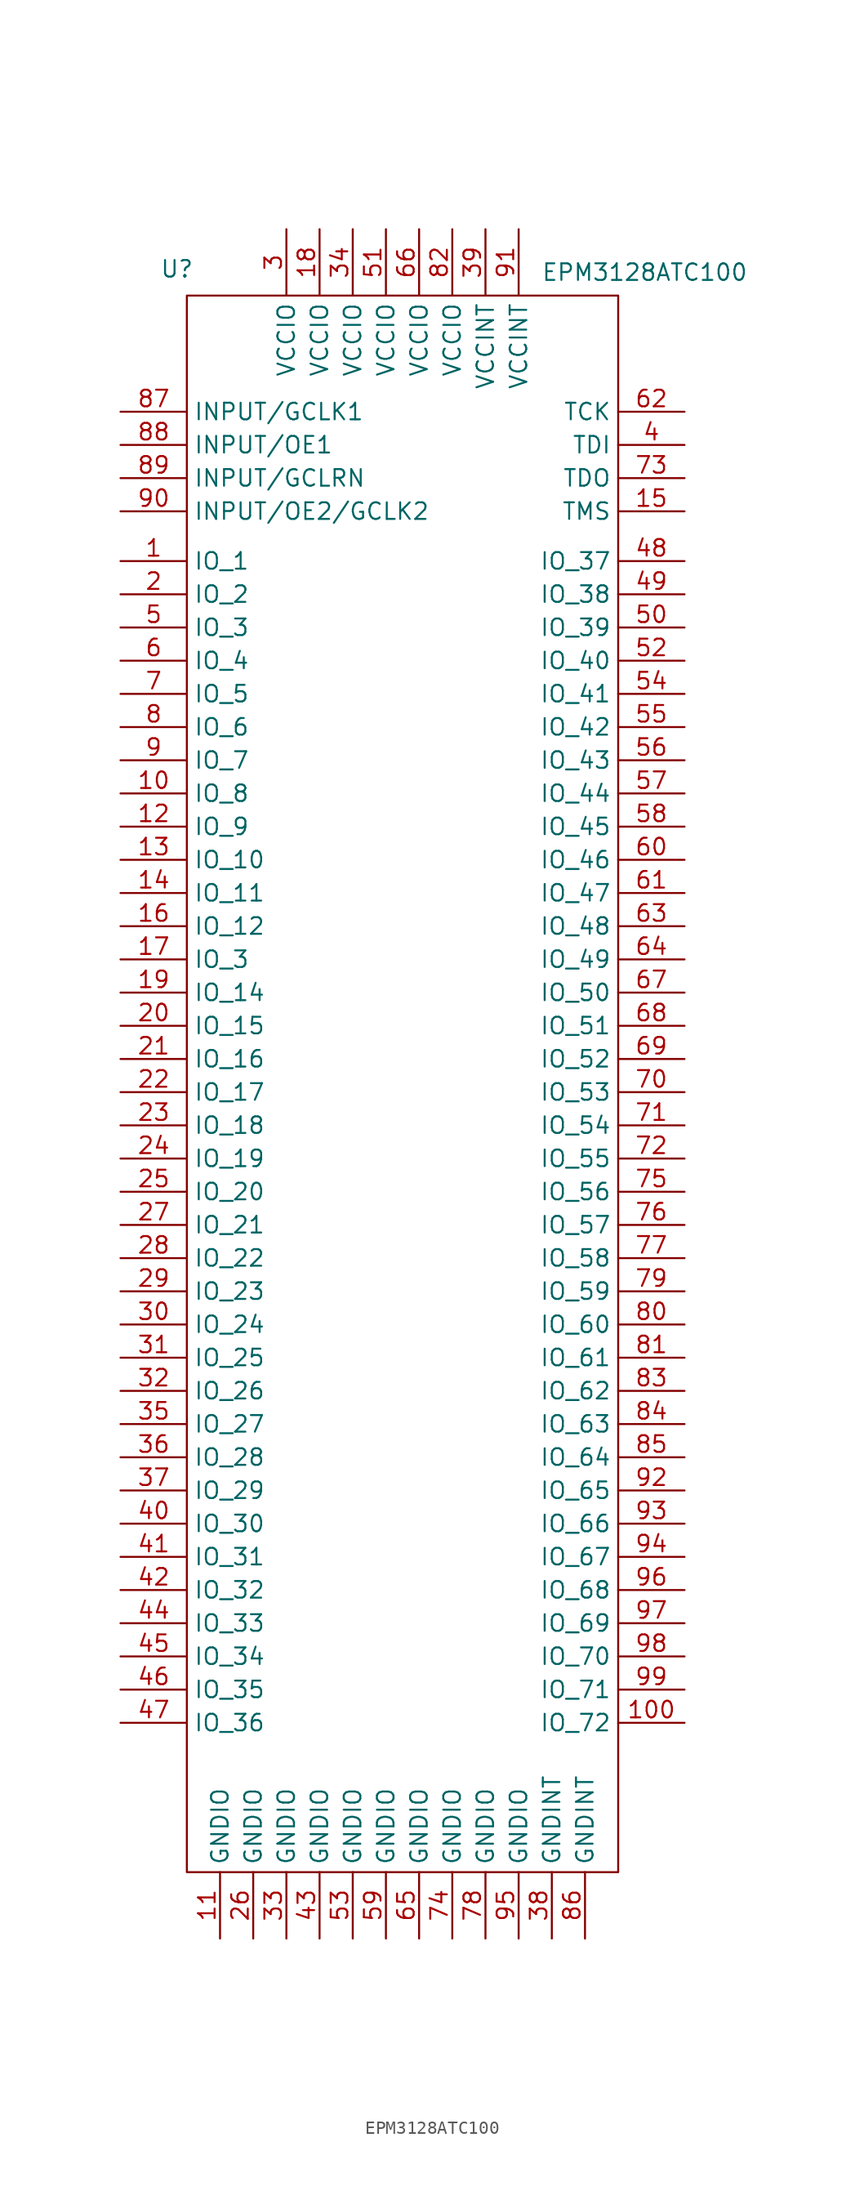
<source format=kicad_sym>
(kicad_symbol_lib
  (version 20231120)
  (generator "kicad_symbol_editor")
  (generator_version "8.0")
  (symbol "EPM3128ATC100"
    (property "Reference" "U"
      (at -17.272 0.762 0)
      (effects (font (size 1.27 1.27))))
    (property "Value" "EPM3128ATC100"
      (at 18.542 0.508 0)
      (effects (font (size 1.27 1.27))))
    (symbol "EPM3128ATC100_0_1"
      (rectangle (start -16.51 -1.27) (end 16.51 -121.92) (stroke (width 0) (type default)) (fill (type none))))
    (symbol "EPM3128ATC100_1_1"
      (pin bidirectional line (at -21.59 -21.59 0) (length 5.08) (name "IO_1" (effects (font (size 1.27 1.27)))) (number "1" (effects (font (size 1.27 1.27)))))
      (pin bidirectional line (at -21.59 -39.37 0) (length 5.08) (name "IO_8" (effects (font (size 1.27 1.27)))) (number "10" (effects (font (size 1.27 1.27)))))
      (pin bidirectional line (at 21.59 -110.49 180) (length 5.08) (name "IO_72" (effects (font (size 1.27 1.27)))) (number "100" (effects (font (size 1.27 1.27)))))
      (pin power_in line (at -13.97 -127 90) (length 5.08) (name "GNDIO" (effects (font (size 1.27 1.27)))) (number "11" (effects (font (size 1.27 1.27)))))
      (pin bidirectional line (at -21.59 -41.91 0) (length 5.08) (name "IO_9" (effects (font (size 1.27 1.27)))) (number "12" (effects (font (size 1.27 1.27)))))
      (pin bidirectional line (at -21.59 -44.45 0) (length 5.08) (name "IO_10" (effects (font (size 1.27 1.27)))) (number "13" (effects (font (size 1.27 1.27)))))
      (pin bidirectional line (at -21.59 -46.99 0) (length 5.08) (name "IO_11" (effects (font (size 1.27 1.27)))) (number "14" (effects (font (size 1.27 1.27)))))
      (pin input line (at 21.59 -17.78 180) (length 5.08) (name "TMS" (effects (font (size 1.27 1.27)))) (number "15" (effects (font (size 1.27 1.27)))))
      (pin bidirectional line (at -21.59 -49.53 0) (length 5.08) (name "IO_12" (effects (font (size 1.27 1.27)))) (number "16" (effects (font (size 1.27 1.27)))))
      (pin bidirectional line (at -21.59 -52.07 0) (length 5.08) (name "IO_3" (effects (font (size 1.27 1.27)))) (number "17" (effects (font (size 1.27 1.27)))))
      (pin power_in line (at -6.35 3.81 270) (length 5.08) (name "VCCIO" (effects (font (size 1.27 1.27)))) (number "18" (effects (font (size 1.27 1.27)))))
      (pin bidirectional line (at -21.59 -54.61 0) (length 5.08) (name "IO_14" (effects (font (size 1.27 1.27)))) (number "19" (effects (font (size 1.27 1.27)))))
      (pin bidirectional line (at -21.59 -24.13 0) (length 5.08) (name "IO_2" (effects (font (size 1.27 1.27)))) (number "2" (effects (font (size 1.27 1.27)))))
      (pin bidirectional line (at -21.59 -57.15 0) (length 5.08) (name "IO_15" (effects (font (size 1.27 1.27)))) (number "20" (effects (font (size 1.27 1.27)))))
      (pin bidirectional line (at -21.59 -59.69 0) (length 5.08) (name "IO_16" (effects (font (size 1.27 1.27)))) (number "21" (effects (font (size 1.27 1.27)))))
      (pin bidirectional line (at -21.59 -62.23 0) (length 5.08) (name "IO_17" (effects (font (size 1.27 1.27)))) (number "22" (effects (font (size 1.27 1.27)))))
      (pin bidirectional line (at -21.59 -64.77 0) (length 5.08) (name "IO_18" (effects (font (size 1.27 1.27)))) (number "23" (effects (font (size 1.27 1.27)))))
      (pin bidirectional line (at -21.59 -67.31 0) (length 5.08) (name "IO_19" (effects (font (size 1.27 1.27)))) (number "24" (effects (font (size 1.27 1.27)))))
      (pin bidirectional line (at -21.59 -69.85 0) (length 5.08) (name "IO_20" (effects (font (size 1.27 1.27)))) (number "25" (effects (font (size 1.27 1.27)))))
      (pin power_in line (at -11.43 -127 90) (length 5.08) (name "GNDIO" (effects (font (size 1.27 1.27)))) (number "26" (effects (font (size 1.27 1.27)))))
      (pin bidirectional line (at -21.59 -72.39 0) (length 5.08) (name "IO_21" (effects (font (size 1.27 1.27)))) (number "27" (effects (font (size 1.27 1.27)))))
      (pin bidirectional line (at -21.59 -74.93 0) (length 5.08) (name "IO_22" (effects (font (size 1.27 1.27)))) (number "28" (effects (font (size 1.27 1.27)))))
      (pin bidirectional line (at -21.59 -77.47 0) (length 5.08) (name "IO_23" (effects (font (size 1.27 1.27)))) (number "29" (effects (font (size 1.27 1.27)))))
      (pin power_in line (at -8.89 3.81 270) (length 5.08) (name "VCCIO" (effects (font (size 1.27 1.27)))) (number "3" (effects (font (size 1.27 1.27)))))
      (pin bidirectional line (at -21.59 -80.01 0) (length 5.08) (name "IO_24" (effects (font (size 1.27 1.27)))) (number "30" (effects (font (size 1.27 1.27)))))
      (pin bidirectional line (at -21.59 -82.55 0) (length 5.08) (name "IO_25" (effects (font (size 1.27 1.27)))) (number "31" (effects (font (size 1.27 1.27)))))
      (pin bidirectional line (at -21.59 -85.09 0) (length 5.08) (name "IO_26" (effects (font (size 1.27 1.27)))) (number "32" (effects (font (size 1.27 1.27)))))
      (pin power_in line (at -8.89 -127 90) (length 5.08) (name "GNDIO" (effects (font (size 1.27 1.27)))) (number "33" (effects (font (size 1.27 1.27)))))
      (pin power_in line (at -3.81 3.81 270) (length 5.08) (name "VCCIO" (effects (font (size 1.27 1.27)))) (number "34" (effects (font (size 1.27 1.27)))))
      (pin bidirectional line (at -21.59 -87.63 0) (length 5.08) (name "IO_27" (effects (font (size 1.27 1.27)))) (number "35" (effects (font (size 1.27 1.27)))))
      (pin bidirectional line (at -21.59 -90.17 0) (length 5.08) (name "IO_28" (effects (font (size 1.27 1.27)))) (number "36" (effects (font (size 1.27 1.27)))))
      (pin bidirectional line (at -21.59 -92.71 0) (length 5.08) (name "IO_29" (effects (font (size 1.27 1.27)))) (number "37" (effects (font (size 1.27 1.27)))))
      (pin power_in line (at 11.43 -127 90) (length 5.08) (name "GNDINT" (effects (font (size 1.27 1.27)))) (number "38" (effects (font (size 1.27 1.27)))))
      (pin power_in line (at 6.35 3.81 270) (length 5.08) (name "VCCINT" (effects (font (size 1.27 1.27)))) (number "39" (effects (font (size 1.27 1.27)))))
      (pin input line (at 21.59 -12.7 180) (length 5.08) (name "TDI" (effects (font (size 1.27 1.27)))) (number "4" (effects (font (size 1.27 1.27)))))
      (pin bidirectional line (at -21.59 -95.25 0) (length 5.08) (name "IO_30" (effects (font (size 1.27 1.27)))) (number "40" (effects (font (size 1.27 1.27)))))
      (pin bidirectional line (at -21.59 -97.79 0) (length 5.08) (name "IO_31" (effects (font (size 1.27 1.27)))) (number "41" (effects (font (size 1.27 1.27)))))
      (pin bidirectional line (at -21.59 -100.33 0) (length 5.08) (name "IO_32" (effects (font (size 1.27 1.27)))) (number "42" (effects (font (size 1.27 1.27)))))
      (pin power_in line (at -6.35 -127 90) (length 5.08) (name "GNDIO" (effects (font (size 1.27 1.27)))) (number "43" (effects (font (size 1.27 1.27)))))
      (pin bidirectional line (at -21.59 -102.87 0) (length 5.08) (name "IO_33" (effects (font (size 1.27 1.27)))) (number "44" (effects (font (size 1.27 1.27)))))
      (pin bidirectional line (at -21.59 -105.41 0) (length 5.08) (name "IO_34" (effects (font (size 1.27 1.27)))) (number "45" (effects (font (size 1.27 1.27)))))
      (pin bidirectional line (at -21.59 -107.95 0) (length 5.08) (name "IO_35" (effects (font (size 1.27 1.27)))) (number "46" (effects (font (size 1.27 1.27)))))
      (pin bidirectional line (at -21.59 -110.49 0) (length 5.08) (name "IO_36" (effects (font (size 1.27 1.27)))) (number "47" (effects (font (size 1.27 1.27)))))
      (pin bidirectional line (at 21.59 -21.59 180) (length 5.08) (name "IO_37" (effects (font (size 1.27 1.27)))) (number "48" (effects (font (size 1.27 1.27)))))
      (pin bidirectional line (at 21.59 -24.13 180) (length 5.08) (name "IO_38" (effects (font (size 1.27 1.27)))) (number "49" (effects (font (size 1.27 1.27)))))
      (pin bidirectional line (at -21.59 -26.67 0) (length 5.08) (name "IO_3" (effects (font (size 1.27 1.27)))) (number "5" (effects (font (size 1.27 1.27)))))
      (pin bidirectional line (at 21.59 -26.67 180) (length 5.08) (name "IO_39" (effects (font (size 1.27 1.27)))) (number "50" (effects (font (size 1.27 1.27)))))
      (pin power_in line (at -1.27 3.81 270) (length 5.08) (name "VCCIO" (effects (font (size 1.27 1.27)))) (number "51" (effects (font (size 1.27 1.27)))))
      (pin bidirectional line (at 21.59 -29.21 180) (length 5.08) (name "IO_40" (effects (font (size 1.27 1.27)))) (number "52" (effects (font (size 1.27 1.27)))))
      (pin power_in line (at -3.81 -127 90) (length 5.08) (name "GNDIO" (effects (font (size 1.27 1.27)))) (number "53" (effects (font (size 1.27 1.27)))))
      (pin bidirectional line (at 21.59 -31.75 180) (length 5.08) (name "IO_41" (effects (font (size 1.27 1.27)))) (number "54" (effects (font (size 1.27 1.27)))))
      (pin bidirectional line (at 21.59 -34.29 180) (length 5.08) (name "IO_42" (effects (font (size 1.27 1.27)))) (number "55" (effects (font (size 1.27 1.27)))))
      (pin bidirectional line (at 21.59 -36.83 180) (length 5.08) (name "IO_43" (effects (font (size 1.27 1.27)))) (number "56" (effects (font (size 1.27 1.27)))))
      (pin bidirectional line (at 21.59 -39.37 180) (length 5.08) (name "IO_44" (effects (font (size 1.27 1.27)))) (number "57" (effects (font (size 1.27 1.27)))))
      (pin bidirectional line (at 21.59 -41.91 180) (length 5.08) (name "IO_45" (effects (font (size 1.27 1.27)))) (number "58" (effects (font (size 1.27 1.27)))))
      (pin power_in line (at -1.27 -127 90) (length 5.08) (name "GNDIO" (effects (font (size 1.27 1.27)))) (number "59" (effects (font (size 1.27 1.27)))))
      (pin bidirectional line (at -21.59 -29.21 0) (length 5.08) (name "IO_4" (effects (font (size 1.27 1.27)))) (number "6" (effects (font (size 1.27 1.27)))))
      (pin bidirectional line (at 21.59 -44.45 180) (length 5.08) (name "IO_46" (effects (font (size 1.27 1.27)))) (number "60" (effects (font (size 1.27 1.27)))))
      (pin bidirectional line (at 21.59 -46.99 180) (length 5.08) (name "IO_47" (effects (font (size 1.27 1.27)))) (number "61" (effects (font (size 1.27 1.27)))))
      (pin input line (at 21.59 -10.16 180) (length 5.08) (name "TCK" (effects (font (size 1.27 1.27)))) (number "62" (effects (font (size 1.27 1.27)))))
      (pin bidirectional line (at 21.59 -49.53 180) (length 5.08) (name "IO_48" (effects (font (size 1.27 1.27)))) (number "63" (effects (font (size 1.27 1.27)))))
      (pin bidirectional line (at 21.59 -52.07 180) (length 5.08) (name "IO_49" (effects (font (size 1.27 1.27)))) (number "64" (effects (font (size 1.27 1.27)))))
      (pin power_in line (at 1.27 -127 90) (length 5.08) (name "GNDIO" (effects (font (size 1.27 1.27)))) (number "65" (effects (font (size 1.27 1.27)))))
      (pin power_in line (at 1.27 3.81 270) (length 5.08) (name "VCCIO" (effects (font (size 1.27 1.27)))) (number "66" (effects (font (size 1.27 1.27)))))
      (pin bidirectional line (at 21.59 -54.61 180) (length 5.08) (name "IO_50" (effects (font (size 1.27 1.27)))) (number "67" (effects (font (size 1.27 1.27)))))
      (pin bidirectional line (at 21.59 -57.15 180) (length 5.08) (name "IO_51" (effects (font (size 1.27 1.27)))) (number "68" (effects (font (size 1.27 1.27)))))
      (pin bidirectional line (at 21.59 -59.69 180) (length 5.08) (name "IO_52" (effects (font (size 1.27 1.27)))) (number "69" (effects (font (size 1.27 1.27)))))
      (pin bidirectional line (at -21.59 -31.75 0) (length 5.08) (name "IO_5" (effects (font (size 1.27 1.27)))) (number "7" (effects (font (size 1.27 1.27)))))
      (pin bidirectional line (at 21.59 -62.23 180) (length 5.08) (name "IO_53" (effects (font (size 1.27 1.27)))) (number "70" (effects (font (size 1.27 1.27)))))
      (pin bidirectional line (at 21.59 -64.77 180) (length 5.08) (name "IO_54" (effects (font (size 1.27 1.27)))) (number "71" (effects (font (size 1.27 1.27)))))
      (pin bidirectional line (at 21.59 -67.31 180) (length 5.08) (name "IO_55" (effects (font (size 1.27 1.27)))) (number "72" (effects (font (size 1.27 1.27)))))
      (pin bidirectional line (at 21.59 -15.24 180) (length 5.08) (name "TDO" (effects (font (size 1.27 1.27)))) (number "73" (effects (font (size 1.27 1.27)))))
      (pin power_in line (at 3.81 -127 90) (length 5.08) (name "GNDIO" (effects (font (size 1.27 1.27)))) (number "74" (effects (font (size 1.27 1.27)))))
      (pin bidirectional line (at 21.59 -69.85 180) (length 5.08) (name "IO_56" (effects (font (size 1.27 1.27)))) (number "75" (effects (font (size 1.27 1.27)))))
      (pin bidirectional line (at 21.59 -72.39 180) (length 5.08) (name "IO_57" (effects (font (size 1.27 1.27)))) (number "76" (effects (font (size 1.27 1.27)))))
      (pin bidirectional line (at 21.59 -74.93 180) (length 5.08) (name "IO_58" (effects (font (size 1.27 1.27)))) (number "77" (effects (font (size 1.27 1.27)))))
      (pin power_in line (at 6.35 -127 90) (length 5.08) (name "GNDIO" (effects (font (size 1.27 1.27)))) (number "78" (effects (font (size 1.27 1.27)))))
      (pin bidirectional line (at 21.59 -77.47 180) (length 5.08) (name "IO_59" (effects (font (size 1.27 1.27)))) (number "79" (effects (font (size 1.27 1.27)))))
      (pin bidirectional line (at -21.59 -34.29 0) (length 5.08) (name "IO_6" (effects (font (size 1.27 1.27)))) (number "8" (effects (font (size 1.27 1.27)))))
      (pin bidirectional line (at 21.59 -80.01 180) (length 5.08) (name "IO_60" (effects (font (size 1.27 1.27)))) (number "80" (effects (font (size 1.27 1.27)))))
      (pin bidirectional line (at 21.59 -82.55 180) (length 5.08) (name "IO_61" (effects (font (size 1.27 1.27)))) (number "81" (effects (font (size 1.27 1.27)))))
      (pin power_in line (at 3.81 3.81 270) (length 5.08) (name "VCCIO" (effects (font (size 1.27 1.27)))) (number "82" (effects (font (size 1.27 1.27)))))
      (pin bidirectional line (at 21.59 -85.09 180) (length 5.08) (name "IO_62" (effects (font (size 1.27 1.27)))) (number "83" (effects (font (size 1.27 1.27)))))
      (pin bidirectional line (at 21.59 -87.63 180) (length 5.08) (name "IO_63" (effects (font (size 1.27 1.27)))) (number "84" (effects (font (size 1.27 1.27)))))
      (pin bidirectional line (at 21.59 -90.17 180) (length 5.08) (name "IO_64" (effects (font (size 1.27 1.27)))) (number "85" (effects (font (size 1.27 1.27)))))
      (pin power_in line (at 13.97 -127 90) (length 5.08) (name "GNDINT" (effects (font (size 1.27 1.27)))) (number "86" (effects (font (size 1.27 1.27)))))
      (pin input line (at -21.59 -10.16 0) (length 5.08) (name "INPUT/GCLK1" (effects (font (size 1.27 1.27)))) (number "87" (effects (font (size 1.27 1.27)))))
      (pin input line (at -21.59 -12.7 0) (length 5.08) (name "INPUT/OE1" (effects (font (size 1.27 1.27)))) (number "88" (effects (font (size 1.27 1.27)))))
      (pin input line (at -21.59 -15.24 0) (length 5.08) (name "INPUT/GCLRN" (effects (font (size 1.27 1.27)))) (number "89" (effects (font (size 1.27 1.27)))))
      (pin bidirectional line (at -21.59 -36.83 0) (length 5.08) (name "IO_7" (effects (font (size 1.27 1.27)))) (number "9" (effects (font (size 1.27 1.27)))))
      (pin input line (at -21.59 -17.78 0) (length 5.08) (name "INPUT/OE2/GCLK2" (effects (font (size 1.27 1.27)))) (number "90" (effects (font (size 1.27 1.27)))))
      (pin power_in line (at 8.89 3.81 270) (length 5.08) (name "VCCINT" (effects (font (size 1.27 1.27)))) (number "91" (effects (font (size 1.27 1.27)))))
      (pin bidirectional line (at 21.59 -92.71 180) (length 5.08) (name "IO_65" (effects (font (size 1.27 1.27)))) (number "92" (effects (font (size 1.27 1.27)))))
      (pin bidirectional line (at 21.59 -95.25 180) (length 5.08) (name "IO_66" (effects (font (size 1.27 1.27)))) (number "93" (effects (font (size 1.27 1.27)))))
      (pin bidirectional line (at 21.59 -97.79 180) (length 5.08) (name "IO_67" (effects (font (size 1.27 1.27)))) (number "94" (effects (font (size 1.27 1.27)))))
      (pin power_in line (at 8.89 -127 90) (length 5.08) (name "GNDIO" (effects (font (size 1.27 1.27)))) (number "95" (effects (font (size 1.27 1.27)))))
      (pin bidirectional line (at 21.59 -100.33 180) (length 5.08) (name "IO_68" (effects (font (size 1.27 1.27)))) (number "96" (effects (font (size 1.27 1.27)))))
      (pin bidirectional line (at 21.59 -102.87 180) (length 5.08) (name "IO_69" (effects (font (size 1.27 1.27)))) (number "97" (effects (font (size 1.27 1.27)))))
      (pin bidirectional line (at 21.59 -105.41 180) (length 5.08) (name "IO_70" (effects (font (size 1.27 1.27)))) (number "98" (effects (font (size 1.27 1.27)))))
      (pin bidirectional line (at 21.59 -107.95 180) (length 5.08) (name "IO_71" (effects (font (size 1.27 1.27)))) (number "99" (effects (font (size 1.27 1.27))))))))
</source>
